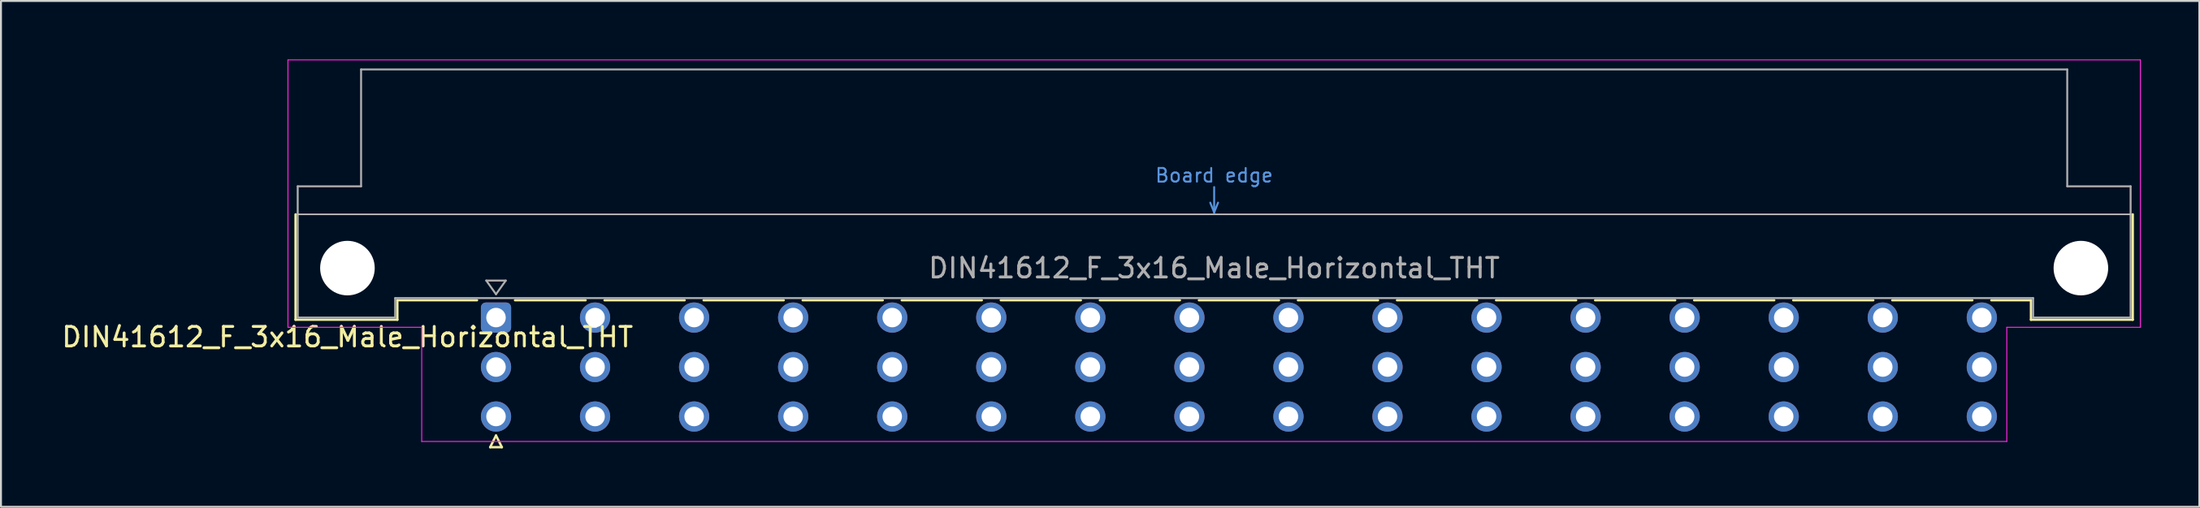
<source format=kicad_pcb>
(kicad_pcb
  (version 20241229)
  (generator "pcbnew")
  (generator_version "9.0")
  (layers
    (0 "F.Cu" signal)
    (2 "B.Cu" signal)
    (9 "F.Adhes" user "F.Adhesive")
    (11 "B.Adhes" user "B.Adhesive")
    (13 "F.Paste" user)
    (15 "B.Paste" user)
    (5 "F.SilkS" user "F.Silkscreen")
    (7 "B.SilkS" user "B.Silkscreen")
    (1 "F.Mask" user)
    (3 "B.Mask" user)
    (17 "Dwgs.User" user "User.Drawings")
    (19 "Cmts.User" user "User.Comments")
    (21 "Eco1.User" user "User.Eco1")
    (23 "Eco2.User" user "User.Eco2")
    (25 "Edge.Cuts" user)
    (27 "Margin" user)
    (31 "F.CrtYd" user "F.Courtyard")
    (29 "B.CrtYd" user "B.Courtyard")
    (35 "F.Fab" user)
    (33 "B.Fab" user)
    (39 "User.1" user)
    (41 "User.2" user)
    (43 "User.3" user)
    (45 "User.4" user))
  (footprint "DIN41612_F_3x16_Male_Horizontal_THT"
    (layer "F.Cu")
    (at 19.848 13.255)
    (property "Reference" "DIN41612_F_3x16_Male_Horizontal_THT" (at -5.08 1 0) (layer "F.SilkS") (effects (font (size 1 1) (thickness 0.15))))
    (attr through_hole)
    (fp_line (start -7.74 -5.3) (end -7.74 0.11) (stroke (width 0.12) (type solid)) (layer "F.SilkS"))
    (fp_line (start -7.74 0.11) (end -2.52 0.11) (stroke (width 0.12) (type solid)) (layer "F.SilkS"))
    (fp_line (start -2.521 -0.89) (end 1.565 -0.89) (stroke (width 0.12) (type solid)) (layer "F.SilkS"))
    (fp_line (start -2.52 0.11) (end -2.52 -0.89) (stroke (width 0.12) (type solid)) (layer "F.SilkS"))
    (fp_line (start 2.24 6.655) (end 2.84 6.655) (stroke (width 0.12) (type solid)) (layer "F.SilkS"))
    (fp_line (start 2.54 6.055) (end 2.24 6.655) (stroke (width 0.12) (type solid)) (layer "F.SilkS"))
    (fp_line (start 2.84 6.655) (end 2.54 6.055) (stroke (width 0.12) (type solid)) (layer "F.SilkS"))
    (fp_line (start 3.515 -0.89) (end 7.133 -0.89) (stroke (width 0.12) (type solid)) (layer "F.SilkS"))
    (fp_line (start 8.108 -0.89) (end 12.213 -0.89) (stroke (width 0.12) (type solid)) (layer "F.SilkS"))
    (fp_line (start 13.188 -0.89) (end 17.293 -0.89) (stroke (width 0.12) (type solid)) (layer "F.SilkS"))
    (fp_line (start 18.268 -0.89) (end 22.373 -0.89) (stroke (width 0.12) (type solid)) (layer "F.SilkS"))
    (fp_line (start 23.348 -0.89) (end 27.453 -0.89) (stroke (width 0.12) (type solid)) (layer "F.SilkS"))
    (fp_line (start 28.428 -0.89) (end 32.533 -0.89) (stroke (width 0.12) (type solid)) (layer "F.SilkS"))
    (fp_line (start 33.508 -0.89) (end 37.613 -0.89) (stroke (width 0.12) (type solid)) (layer "F.SilkS"))
    (fp_line (start 38.588 -0.89) (end 42.693 -0.89) (stroke (width 0.12) (type solid)) (layer "F.SilkS"))
    (fp_line (start 43.668 -0.89) (end 47.773 -0.89) (stroke (width 0.12) (type solid)) (layer "F.SilkS"))
    (fp_line (start 48.748 -0.89) (end 52.853 -0.89) (stroke (width 0.12) (type solid)) (layer "F.SilkS"))
    (fp_line (start 53.828 -0.89) (end 57.933 -0.89) (stroke (width 0.12) (type solid)) (layer "F.SilkS"))
    (fp_line (start 58.908 -0.89) (end 63.013 -0.89) (stroke (width 0.12) (type solid)) (layer "F.SilkS"))
    (fp_line (start 63.988 -0.89) (end 68.093 -0.89) (stroke (width 0.12) (type solid)) (layer "F.SilkS"))
    (fp_line (start 69.068 -0.89) (end 73.173 -0.89) (stroke (width 0.12) (type solid)) (layer "F.SilkS"))
    (fp_line (start 74.148 -0.89) (end 78.253 -0.89) (stroke (width 0.12) (type solid)) (layer "F.SilkS"))
    (fp_line (start 79.228 -0.89) (end 81.26 -0.89) (stroke (width 0.12) (type solid)) (layer "F.SilkS"))
    (fp_line (start 81.26 0.11) (end 81.26 -0.89) (stroke (width 0.12) (type solid)) (layer "F.SilkS"))
    (fp_line (start 86.48 -5.3) (end 86.48 0.11) (stroke (width 0.12) (type solid)) (layer "F.SilkS"))
    (fp_line (start 86.48 0.11) (end 81.26 0.11) (stroke (width 0.12) (type solid)) (layer "F.SilkS"))
    (fp_line (start -7.63 -5.3) (end 86.37 -5.3) (stroke (width 0.08) (type solid)) (layer "Dwgs.User"))
    (fp_line (start 39.17 -5.9) (end 39.37 -5.4) (stroke (width 0.1) (type solid)) (layer "Cmts.User"))
    (fp_line (start 39.37 -5.4) (end 39.37 -6.7) (stroke (width 0.1) (type solid)) (layer "Cmts.User"))
    (fp_line (start 39.37 -5.4) (end 39.57 -5.9) (stroke (width 0.1) (type solid)) (layer "Cmts.User"))
    (fp_line (start -8.13 -13.23) (end -8.13 0.5) (stroke (width 0.05) (type solid)) (layer "F.CrtYd"))
    (fp_line (start -8.13 0.5) (end -1.27 0.5) (stroke (width 0.05) (type solid)) (layer "F.CrtYd"))
    (fp_line (start -1.27 0.5) (end -1.27 6.36) (stroke (width 0.05) (type solid)) (layer "F.CrtYd"))
    (fp_line (start -1.27 6.36) (end 80.02 6.36) (stroke (width 0.05) (type solid)) (layer "F.CrtYd"))
    (fp_line (start 80.02 0.5) (end 86.87 0.5) (stroke (width 0.05) (type solid)) (layer "F.CrtYd"))
    (fp_line (start 80.02 6.36) (end 80.02 0.5) (stroke (width 0.05) (type solid)) (layer "F.CrtYd"))
    (fp_line (start 86.87 -13.23) (end -8.13 -13.23) (stroke (width 0.05) (type solid)) (layer "F.CrtYd"))
    (fp_line (start 86.87 0.5) (end 86.87 -13.23) (stroke (width 0.05) (type solid)) (layer "F.CrtYd"))
    (fp_line (start -7.63 -6.74) (end -7.63 0) (stroke (width 0.1) (type solid)) (layer "F.Fab"))
    (fp_line (start -7.63 0) (end -2.63 0) (stroke (width 0.1) (type solid)) (layer "F.Fab"))
    (fp_line (start -4.38 -12.74) (end -4.38 -6.74) (stroke (width 0.1) (type solid)) (layer "F.Fab"))
    (fp_line (start -4.38 -6.74) (end -7.63 -6.74) (stroke (width 0.1) (type solid)) (layer "F.Fab"))
    (fp_line (start -2.63 -1) (end 81.37 -1) (stroke (width 0.1) (type solid)) (layer "F.Fab"))
    (fp_line (start -2.63 0) (end -2.63 -1) (stroke (width 0.1) (type solid)) (layer "F.Fab"))
    (fp_line (start 2.04 -1.9) (end 3.04 -1.9) (stroke (width 0.1) (type solid)) (layer "F.Fab"))
    (fp_line (start 2.54 -1.2) (end 2.04 -1.9) (stroke (width 0.1) (type solid)) (layer "F.Fab"))
    (fp_line (start 3.04 -1.9) (end 2.54 -1.2) (stroke (width 0.1) (type solid)) (layer "F.Fab"))
    (fp_line (start 81.37 -1) (end 81.37 0) (stroke (width 0.1) (type solid)) (layer "F.Fab"))
    (fp_line (start 81.37 0) (end 86.37 0) (stroke (width 0.1) (type solid)) (layer "F.Fab"))
    (fp_line (start 83.12 -12.74) (end -4.38 -12.74) (stroke (width 0.1) (type solid)) (layer "F.Fab"))
    (fp_line (start 83.12 -6.74) (end 83.12 -12.74) (stroke (width 0.1) (type solid)) (layer "F.Fab"))
    (fp_line (start 86.37 -6.74) (end 83.12 -6.74) (stroke (width 0.1) (type solid)) (layer "F.Fab"))
    (fp_line (start 86.37 0) (end 86.37 -6.74) (stroke (width 0.1) (type solid)) (layer "F.Fab"))
    (fp_text user "Board edge" (at 39.37 -7.3 0) (layer "Cmts.User") (effects (font (size 0.7 0.7) (thickness 0.1))))
    (fp_text user "${REFERENCE}" (at 39.37 -2.54 0) (layer "F.Fab") (effects (font (size 1 1) (thickness 0.15))))
    (pad "" np_thru_hole circle (at -5.08 -2.54) (size 2.8 2.8) (drill 2.8) (layers "*.Cu" "*.Mask"))
    (pad "" np_thru_hole circle (at 83.82 -2.54) (size 2.8 2.8) (drill 2.8) (layers "*.Cu" "*.Mask"))
    (pad "b0" thru_hole circle (at 2.54 2.54) (size 1.55 1.55) (drill 1) (layers "*.Cu" "*.Mask"))
    (pad "b1" thru_hole circle (at 7.62 2.54) (size 1.55 1.55) (drill 1) (layers "*.Cu" "*.Mask"))
    (pad "b2" thru_hole circle (at 12.7 2.54) (size 1.55 1.55) (drill 1) (layers "*.Cu" "*.Mask"))
    (pad "b3" thru_hole circle (at 17.78 2.54) (size 1.55 1.55) (drill 1) (layers "*.Cu" "*.Mask"))
    (pad "b4" thru_hole circle (at 22.86 2.54) (size 1.55 1.55) (drill 1) (layers "*.Cu" "*.Mask"))
    (pad "b5" thru_hole circle (at 27.94 2.54) (size 1.55 1.55) (drill 1) (layers "*.Cu" "*.Mask"))
    (pad "b6" thru_hole circle (at 33.02 2.54) (size 1.55 1.55) (drill 1) (layers "*.Cu" "*.Mask"))
    (pad "b7" thru_hole circle (at 38.1 2.54) (size 1.55 1.55) (drill 1) (layers "*.Cu" "*.Mask"))
    (pad "b8" thru_hole circle (at 43.18 2.54) (size 1.55 1.55) (drill 1) (layers "*.Cu" "*.Mask"))
    (pad "b9" thru_hole circle (at 48.26 2.54) (size 1.55 1.55) (drill 1) (layers "*.Cu" "*.Mask"))
    (pad "b10" thru_hole circle (at 53.34 2.54) (size 1.55 1.55) (drill 1) (layers "*.Cu" "*.Mask"))
    (pad "b11" thru_hole circle (at 58.42 2.54) (size 1.55 1.55) (drill 1) (layers "*.Cu" "*.Mask"))
    (pad "b12" thru_hole circle (at 63.5 2.54) (size 1.55 1.55) (drill 1) (layers "*.Cu" "*.Mask"))
    (pad "b13" thru_hole circle (at 68.58 2.54) (size 1.55 1.55) (drill 1) (layers "*.Cu" "*.Mask"))
    (pad "b14" thru_hole circle (at 73.66 2.54) (size 1.55 1.55) (drill 1) (layers "*.Cu" "*.Mask"))
    (pad "b15" thru_hole circle (at 78.74 2.54) (size 1.55 1.55) (drill 1) (layers "*.Cu" "*.Mask"))
    (pad "d0" thru_hole circle (at 2.54 5.08) (size 1.55 1.55) (drill 1) (layers "*.Cu" "*.Mask"))
    (pad "d1" thru_hole circle (at 7.62 5.08) (size 1.55 1.55) (drill 1) (layers "*.Cu" "*.Mask"))
    (pad "d2" thru_hole circle (at 12.7 5.08) (size 1.55 1.55) (drill 1) (layers "*.Cu" "*.Mask"))
    (pad "d3" thru_hole circle (at 17.78 5.08) (size 1.55 1.55) (drill 1) (layers "*.Cu" "*.Mask"))
    (pad "d4" thru_hole circle (at 22.86 5.08) (size 1.55 1.55) (drill 1) (layers "*.Cu" "*.Mask"))
    (pad "d5" thru_hole circle (at 27.94 5.08) (size 1.55 1.55) (drill 1) (layers "*.Cu" "*.Mask"))
    (pad "d6" thru_hole circle (at 33.02 5.08) (size 1.55 1.55) (drill 1) (layers "*.Cu" "*.Mask"))
    (pad "d7" thru_hole circle (at 38.1 5.08) (size 1.55 1.55) (drill 1) (layers "*.Cu" "*.Mask"))
    (pad "d8" thru_hole circle (at 43.18 5.08) (size 1.55 1.55) (drill 1) (layers "*.Cu" "*.Mask"))
    (pad "d9" thru_hole circle (at 48.26 5.08) (size 1.55 1.55) (drill 1) (layers "*.Cu" "*.Mask"))
    (pad "d10" thru_hole circle (at 53.34 5.08) (size 1.55 1.55) (drill 1) (layers "*.Cu" "*.Mask"))
    (pad "d11" thru_hole circle (at 58.42 5.08) (size 1.55 1.55) (drill 1) (layers "*.Cu" "*.Mask"))
    (pad "d12" thru_hole circle (at 63.5 5.08) (size 1.55 1.55) (drill 1) (layers "*.Cu" "*.Mask"))
    (pad "d13" thru_hole circle (at 68.58 5.08) (size 1.55 1.55) (drill 1) (layers "*.Cu" "*.Mask"))
    (pad "d14" thru_hole circle (at 73.66 5.08) (size 1.55 1.55) (drill 1) (layers "*.Cu" "*.Mask"))
    (pad "d15" thru_hole circle (at 78.74 5.08) (size 1.55 1.55) (drill 1) (layers "*.Cu" "*.Mask"))
    (pad "z0" thru_hole roundrect (at 2.54 0) (size 1.55 1.55) (drill 1) (layers "*.Cu" "*.Mask") (roundrect_rratio 0.161))
    (pad "z1" thru_hole circle (at 7.62 0) (size 1.55 1.55) (drill 1) (layers "*.Cu" "*.Mask"))
    (pad "z2" thru_hole circle (at 12.7 0) (size 1.55 1.55) (drill 1) (layers "*.Cu" "*.Mask"))
    (pad "z3" thru_hole circle (at 17.78 0) (size 1.55 1.55) (drill 1) (layers "*.Cu" "*.Mask"))
    (pad "z4" thru_hole circle (at 22.86 0) (size 1.55 1.55) (drill 1) (layers "*.Cu" "*.Mask"))
    (pad "z5" thru_hole circle (at 27.94 0) (size 1.55 1.55) (drill 1) (layers "*.Cu" "*.Mask"))
    (pad "z6" thru_hole circle (at 33.02 0) (size 1.55 1.55) (drill 1) (layers "*.Cu" "*.Mask"))
    (pad "z7" thru_hole circle (at 38.1 0) (size 1.55 1.55) (drill 1) (layers "*.Cu" "*.Mask"))
    (pad "z8" thru_hole circle (at 43.18 0) (size 1.55 1.55) (drill 1) (layers "*.Cu" "*.Mask"))
    (pad "z9" thru_hole circle (at 48.26 0) (size 1.55 1.55) (drill 1) (layers "*.Cu" "*.Mask"))
    (pad "z10" thru_hole circle (at 53.34 0) (size 1.55 1.55) (drill 1) (layers "*.Cu" "*.Mask"))
    (pad "z11" thru_hole circle (at 58.42 0) (size 1.55 1.55) (drill 1) (layers "*.Cu" "*.Mask"))
    (pad "z12" thru_hole circle (at 63.5 0) (size 1.55 1.55) (drill 1) (layers "*.Cu" "*.Mask"))
    (pad "z13" thru_hole circle (at 68.58 0) (size 1.55 1.55) (drill 1) (layers "*.Cu" "*.Mask"))
    (pad "z14" thru_hole circle (at 73.66 0) (size 1.55 1.55) (drill 1) (layers "*.Cu" "*.Mask"))
    (pad "z15" thru_hole circle (at 78.74 0) (size 1.55 1.55) (drill 1) (layers "*.Cu" "*.Mask")))
  (gr_rect
    (start -3 -3)
    (end 109.743 22.97)
    (stroke (width 0.1) (type default))
    (fill no)
    (layer "Edge.Cuts")))
</source>
